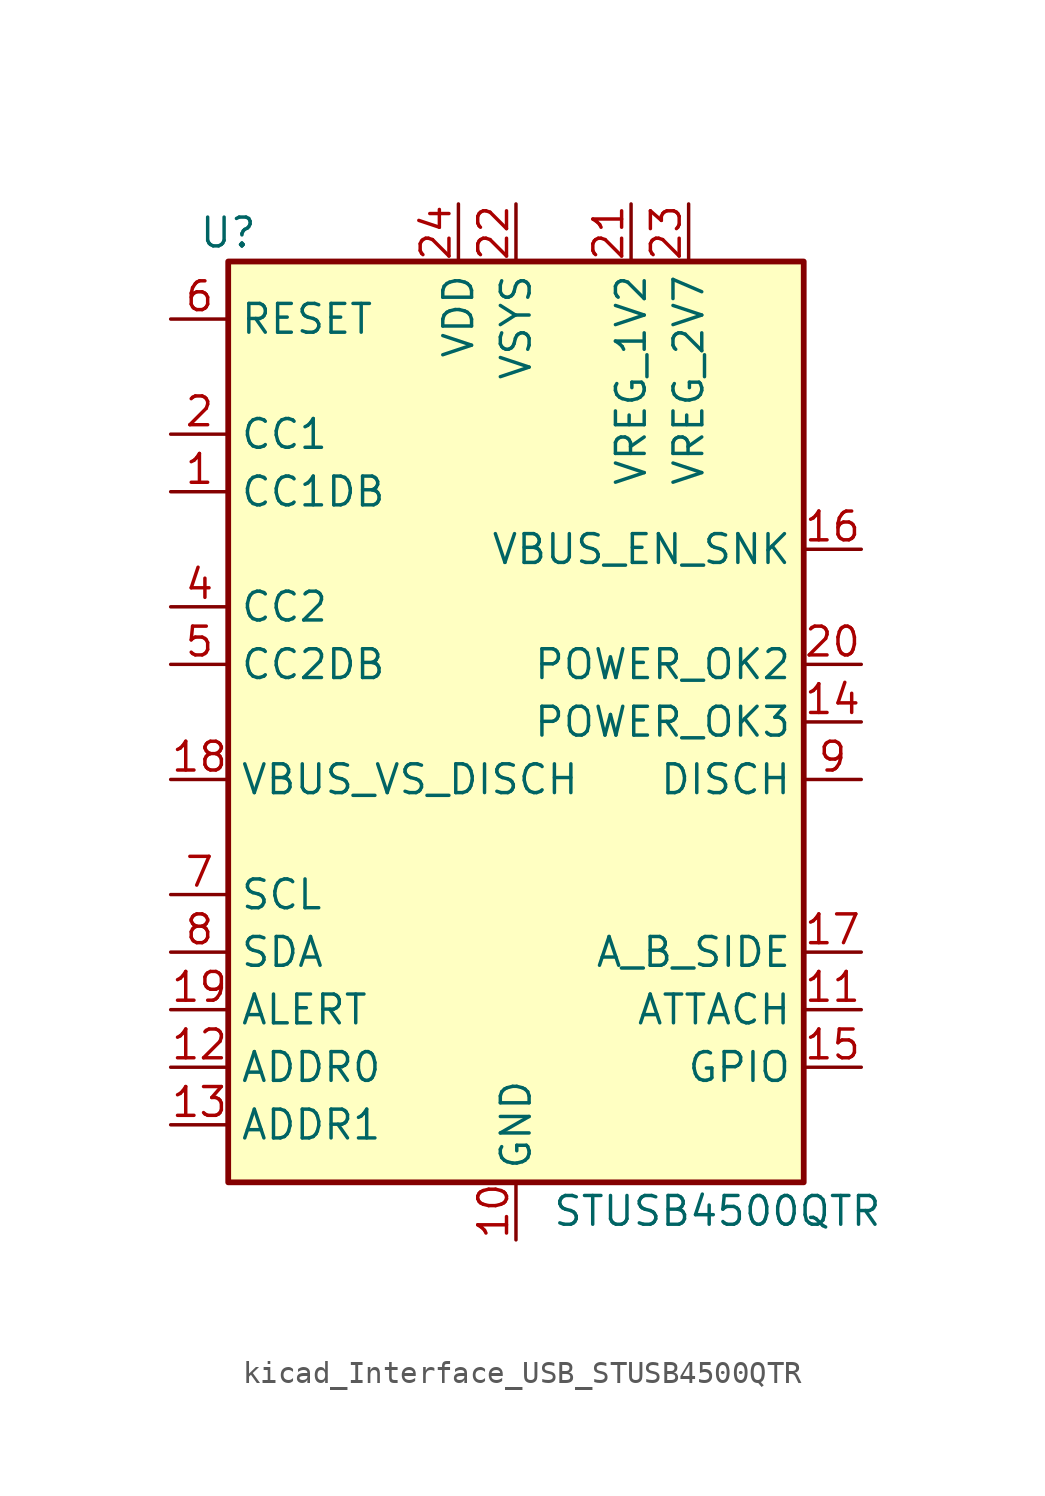
<source format=kicad_sym>
(kicad_symbol_lib
  (version 20220914)
  (generator kicad_symbol_editor)
  (symbol "kicad_Interface_USB_STUSB4500QTR"
    (property "Reference" "U"
      (at -12.7 21.59 0)
      (effects (font (size 1.27 1.27))))
    (property "Value" "STUSB4500QTR"
      (at 8.89 -21.59 0)
      (effects (font (size 1.27 1.27))))
    (symbol "kicad_Interface_USB_STUSB4500QTR_0_1"
      (rectangle (start -12.7 20.32) (end 12.7 -20.32) (stroke (width 0.254) (type default)) (fill (type background))))
    (symbol "kicad_Interface_USB_STUSB4500QTR_1_1"
      (pin bidirectional line (at -15.24 10.16 0) (length 2.54) (name "CC1DB" (effects (font (size 1.27 1.27)))) (number "1" (effects (font (size 1.27 1.27)))))
      (pin power_in line (at 0 -22.86 90) (length 2.54) (name "GND" (effects (font (size 1.27 1.27)))) (number "10" (effects (font (size 1.27 1.27)))))
      (pin open_collector line (at 15.24 -12.7 180) (length 2.54) (name "ATTACH" (effects (font (size 1.27 1.27)))) (number "11" (effects (font (size 1.27 1.27)))))
      (pin input line (at -15.24 -15.24 0) (length 2.54) (name "ADDR0" (effects (font (size 1.27 1.27)))) (number "12" (effects (font (size 1.27 1.27)))))
      (pin input line (at -15.24 -17.78 0) (length 2.54) (name "ADDR1" (effects (font (size 1.27 1.27)))) (number "13" (effects (font (size 1.27 1.27)))))
      (pin open_collector line (at 15.24 0 180) (length 2.54) (name "POWER_OK3" (effects (font (size 1.27 1.27)))) (number "14" (effects (font (size 1.27 1.27)))))
      (pin open_collector line (at 15.24 -15.24 180) (length 2.54) (name "GPIO" (effects (font (size 1.27 1.27)))) (number "15" (effects (font (size 1.27 1.27)))))
      (pin open_collector line (at 15.24 7.62 180) (length 2.54) (name "VBUS_EN_SNK" (effects (font (size 1.27 1.27)))) (number "16" (effects (font (size 1.27 1.27)))))
      (pin open_collector line (at 15.24 -10.16 180) (length 2.54) (name "A_B_SIDE" (effects (font (size 1.27 1.27)))) (number "17" (effects (font (size 1.27 1.27)))))
      (pin input line (at -15.24 -2.54 0) (length 2.54) (name "VBUS_VS_DISCH" (effects (font (size 1.27 1.27)))) (number "18" (effects (font (size 1.27 1.27)))))
      (pin open_collector line (at -15.24 -12.7 0) (length 2.54) (name "ALERT" (effects (font (size 1.27 1.27)))) (number "19" (effects (font (size 1.27 1.27)))))
      (pin bidirectional line (at -15.24 12.7 0) (length 2.54) (name "CC1" (effects (font (size 1.27 1.27)))) (number "2" (effects (font (size 1.27 1.27)))))
      (pin open_collector line (at 15.24 2.54 180) (length 2.54) (name "POWER_OK2" (effects (font (size 1.27 1.27)))) (number "20" (effects (font (size 1.27 1.27)))))
      (pin power_out line (at 5.08 22.86 270) (length 2.54) (name "VREG_1V2" (effects (font (size 1.27 1.27)))) (number "21" (effects (font (size 1.27 1.27)))))
      (pin power_in line (at 0 22.86 270) (length 2.54) (name "VSYS" (effects (font (size 1.27 1.27)))) (number "22" (effects (font (size 1.27 1.27)))))
      (pin power_out line (at 7.62 22.86 270) (length 2.54) (name "VREG_2V7" (effects (font (size 1.27 1.27)))) (number "23" (effects (font (size 1.27 1.27)))))
      (pin power_in line (at -2.54 22.86 270) (length 2.54) (name "VDD" (effects (font (size 1.27 1.27)))) (number "24" (effects (font (size 1.27 1.27)))))
      (pin passive line (at 0 -22.86 90) (length 2.54) hide (name "GND" (effects (font (size 1.27 1.27)))) (number "25" (effects (font (size 1.27 1.27)))))
      (pin no_connect line (at -12.7 15.24 0) (length 2.54) hide (name "NC" (effects (font (size 1.27 1.27)))) (number "3" (effects (font (size 1.27 1.27)))))
      (pin bidirectional line (at -15.24 5.08 0) (length 2.54) (name "CC2" (effects (font (size 1.27 1.27)))) (number "4" (effects (font (size 1.27 1.27)))))
      (pin bidirectional line (at -15.24 2.54 0) (length 2.54) (name "CC2DB" (effects (font (size 1.27 1.27)))) (number "5" (effects (font (size 1.27 1.27)))))
      (pin input line (at -15.24 17.78 0) (length 2.54) (name "RESET" (effects (font (size 1.27 1.27)))) (number "6" (effects (font (size 1.27 1.27)))))
      (pin input line (at -15.24 -7.62 0) (length 2.54) (name "SCL" (effects (font (size 1.27 1.27)))) (number "7" (effects (font (size 1.27 1.27)))))
      (pin bidirectional line (at -15.24 -10.16 0) (length 2.54) (name "SDA" (effects (font (size 1.27 1.27)))) (number "8" (effects (font (size 1.27 1.27)))))
      (pin bidirectional line (at 15.24 -2.54 180) (length 2.54) (name "DISCH" (effects (font (size 1.27 1.27)))) (number "9" (effects (font (size 1.27 1.27))))))))
</source>
